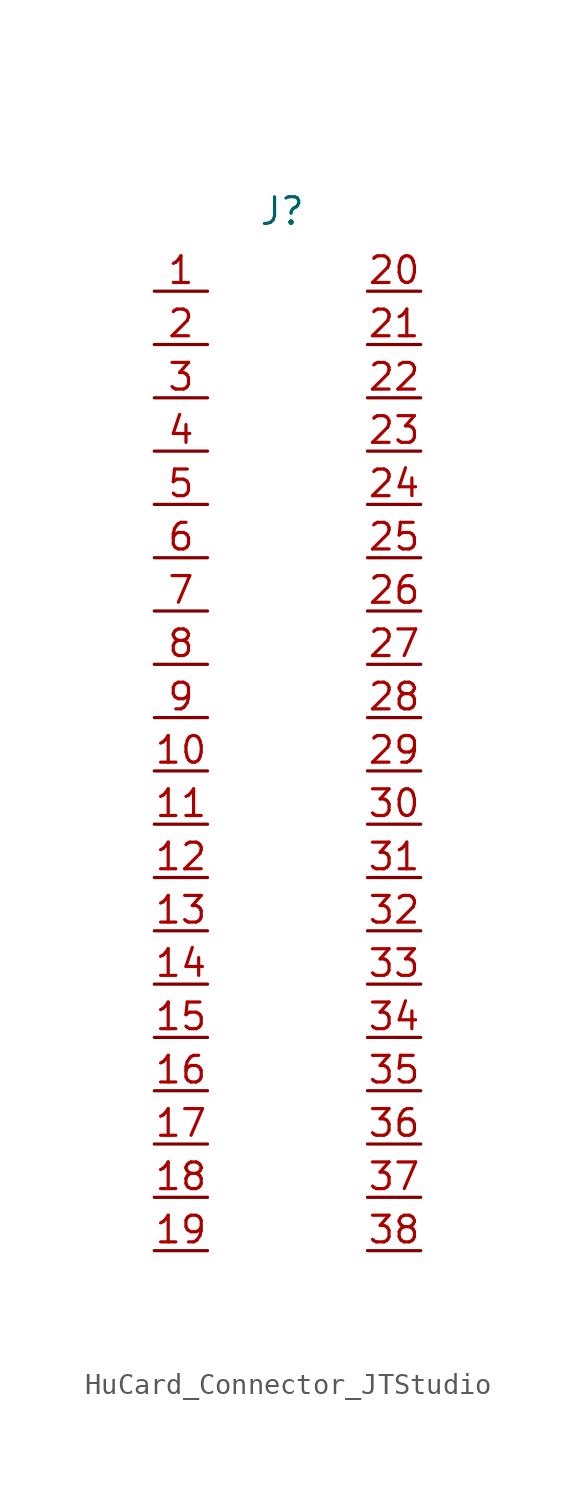
<source format=kicad_sym>
(kicad_symbol_lib
  (version 20231120)
  (generator "kicad_symbol_editor")
  (generator_version "8.0")
  (symbol "HuCard_Connector_JTStudio"
    (property "Reference" "J"
      (at -0.254 0 0)
      (effects (font (size 1.27 1.27))))
    (property "Value" ""
      (at 0 0 0)
      (effects (font (size 1.27 1.27))))
    (symbol "HuCard_Connector_JTStudio_1_1"
      (pin passive line (at -6.35 -3.81 0) (length 2.54) (name "" (effects (font (size 1.27 1.27)))) (number "1" (effects (font (size 1.27 1.27)))))
      (pin passive line (at -6.35 -26.67 0) (length 2.54) (name "" (effects (font (size 1.27 1.27)))) (number "10" (effects (font (size 1.27 1.27)))))
      (pin passive line (at -6.35 -29.21 0) (length 2.54) (name "" (effects (font (size 1.27 1.27)))) (number "11" (effects (font (size 1.27 1.27)))))
      (pin passive line (at -6.35 -31.75 0) (length 2.54) (name "" (effects (font (size 1.27 1.27)))) (number "12" (effects (font (size 1.27 1.27)))))
      (pin passive line (at -6.35 -34.29 0) (length 2.54) (name "" (effects (font (size 1.27 1.27)))) (number "13" (effects (font (size 1.27 1.27)))))
      (pin passive line (at -6.35 -36.83 0) (length 2.54) (name "" (effects (font (size 1.27 1.27)))) (number "14" (effects (font (size 1.27 1.27)))))
      (pin passive line (at -6.35 -39.37 0) (length 2.54) (name "" (effects (font (size 1.27 1.27)))) (number "15" (effects (font (size 1.27 1.27)))))
      (pin passive line (at -6.35 -41.91 0) (length 2.54) (name "" (effects (font (size 1.27 1.27)))) (number "16" (effects (font (size 1.27 1.27)))))
      (pin passive line (at -6.35 -44.45 0) (length 2.54) (name "" (effects (font (size 1.27 1.27)))) (number "17" (effects (font (size 1.27 1.27)))))
      (pin passive line (at -6.35 -46.99 0) (length 2.54) (name "" (effects (font (size 1.27 1.27)))) (number "18" (effects (font (size 1.27 1.27)))))
      (pin passive line (at -6.35 -49.53 0) (length 2.54) (name "" (effects (font (size 1.27 1.27)))) (number "19" (effects (font (size 1.27 1.27)))))
      (pin passive line (at -6.35 -6.35 0) (length 2.54) (name "" (effects (font (size 1.27 1.27)))) (number "2" (effects (font (size 1.27 1.27)))))
      (pin passive line (at 6.35 -3.81 180) (length 2.54) (name "" (effects (font (size 1.27 1.27)))) (number "20" (effects (font (size 1.27 1.27)))))
      (pin passive line (at 6.35 -6.35 180) (length 2.54) (name "" (effects (font (size 1.27 1.27)))) (number "21" (effects (font (size 1.27 1.27)))))
      (pin passive line (at 6.35 -8.89 180) (length 2.54) (name "" (effects (font (size 1.27 1.27)))) (number "22" (effects (font (size 1.27 1.27)))))
      (pin passive line (at 6.35 -11.43 180) (length 2.54) (name "" (effects (font (size 1.27 1.27)))) (number "23" (effects (font (size 1.27 1.27)))))
      (pin passive line (at 6.35 -13.97 180) (length 2.54) (name "" (effects (font (size 1.27 1.27)))) (number "24" (effects (font (size 1.27 1.27)))))
      (pin passive line (at 6.35 -16.51 180) (length 2.54) (name "" (effects (font (size 1.27 1.27)))) (number "25" (effects (font (size 1.27 1.27)))))
      (pin passive line (at 6.35 -19.05 180) (length 2.54) (name "" (effects (font (size 1.27 1.27)))) (number "26" (effects (font (size 1.27 1.27)))))
      (pin passive line (at 6.35 -21.59 180) (length 2.54) (name "" (effects (font (size 1.27 1.27)))) (number "27" (effects (font (size 1.27 1.27)))))
      (pin passive line (at 6.35 -24.13 180) (length 2.54) (name "" (effects (font (size 1.27 1.27)))) (number "28" (effects (font (size 1.27 1.27)))))
      (pin passive line (at 6.35 -26.67 180) (length 2.54) (name "" (effects (font (size 1.27 1.27)))) (number "29" (effects (font (size 1.27 1.27)))))
      (pin passive line (at -6.35 -8.89 0) (length 2.54) (name "" (effects (font (size 1.27 1.27)))) (number "3" (effects (font (size 1.27 1.27)))))
      (pin passive line (at 6.35 -29.21 180) (length 2.54) (name "" (effects (font (size 1.27 1.27)))) (number "30" (effects (font (size 1.27 1.27)))))
      (pin passive line (at 6.35 -31.75 180) (length 2.54) (name "" (effects (font (size 1.27 1.27)))) (number "31" (effects (font (size 1.27 1.27)))))
      (pin passive line (at 6.35 -34.29 180) (length 2.54) (name "" (effects (font (size 1.27 1.27)))) (number "32" (effects (font (size 1.27 1.27)))))
      (pin passive line (at 6.35 -36.83 180) (length 2.54) (name "" (effects (font (size 1.27 1.27)))) (number "33" (effects (font (size 1.27 1.27)))))
      (pin passive line (at 6.35 -39.37 180) (length 2.54) (name "" (effects (font (size 1.27 1.27)))) (number "34" (effects (font (size 1.27 1.27)))))
      (pin passive line (at 6.35 -41.91 180) (length 2.54) (name "" (effects (font (size 1.27 1.27)))) (number "35" (effects (font (size 1.27 1.27)))))
      (pin passive line (at 6.35 -44.45 180) (length 2.54) (name "" (effects (font (size 1.27 1.27)))) (number "36" (effects (font (size 1.27 1.27)))))
      (pin passive line (at 6.35 -46.99 180) (length 2.54) (name "" (effects (font (size 1.27 1.27)))) (number "37" (effects (font (size 1.27 1.27)))))
      (pin passive line (at 6.35 -49.53 180) (length 2.54) (name "" (effects (font (size 1.27 1.27)))) (number "38" (effects (font (size 1.27 1.27)))))
      (pin passive line (at -6.35 -11.43 0) (length 2.54) (name "" (effects (font (size 1.27 1.27)))) (number "4" (effects (font (size 1.27 1.27)))))
      (pin passive line (at -6.35 -13.97 0) (length 2.54) (name "" (effects (font (size 1.27 1.27)))) (number "5" (effects (font (size 1.27 1.27)))))
      (pin passive line (at -6.35 -16.51 0) (length 2.54) (name "" (effects (font (size 1.27 1.27)))) (number "6" (effects (font (size 1.27 1.27)))))
      (pin passive line (at -6.35 -19.05 0) (length 2.54) (name "" (effects (font (size 1.27 1.27)))) (number "7" (effects (font (size 1.27 1.27)))))
      (pin passive line (at -6.35 -21.59 0) (length 2.54) (name "" (effects (font (size 1.27 1.27)))) (number "8" (effects (font (size 1.27 1.27)))))
      (pin passive line (at -6.35 -24.13 0) (length 2.54) (name "" (effects (font (size 1.27 1.27)))) (number "9" (effects (font (size 1.27 1.27))))))))
</source>
